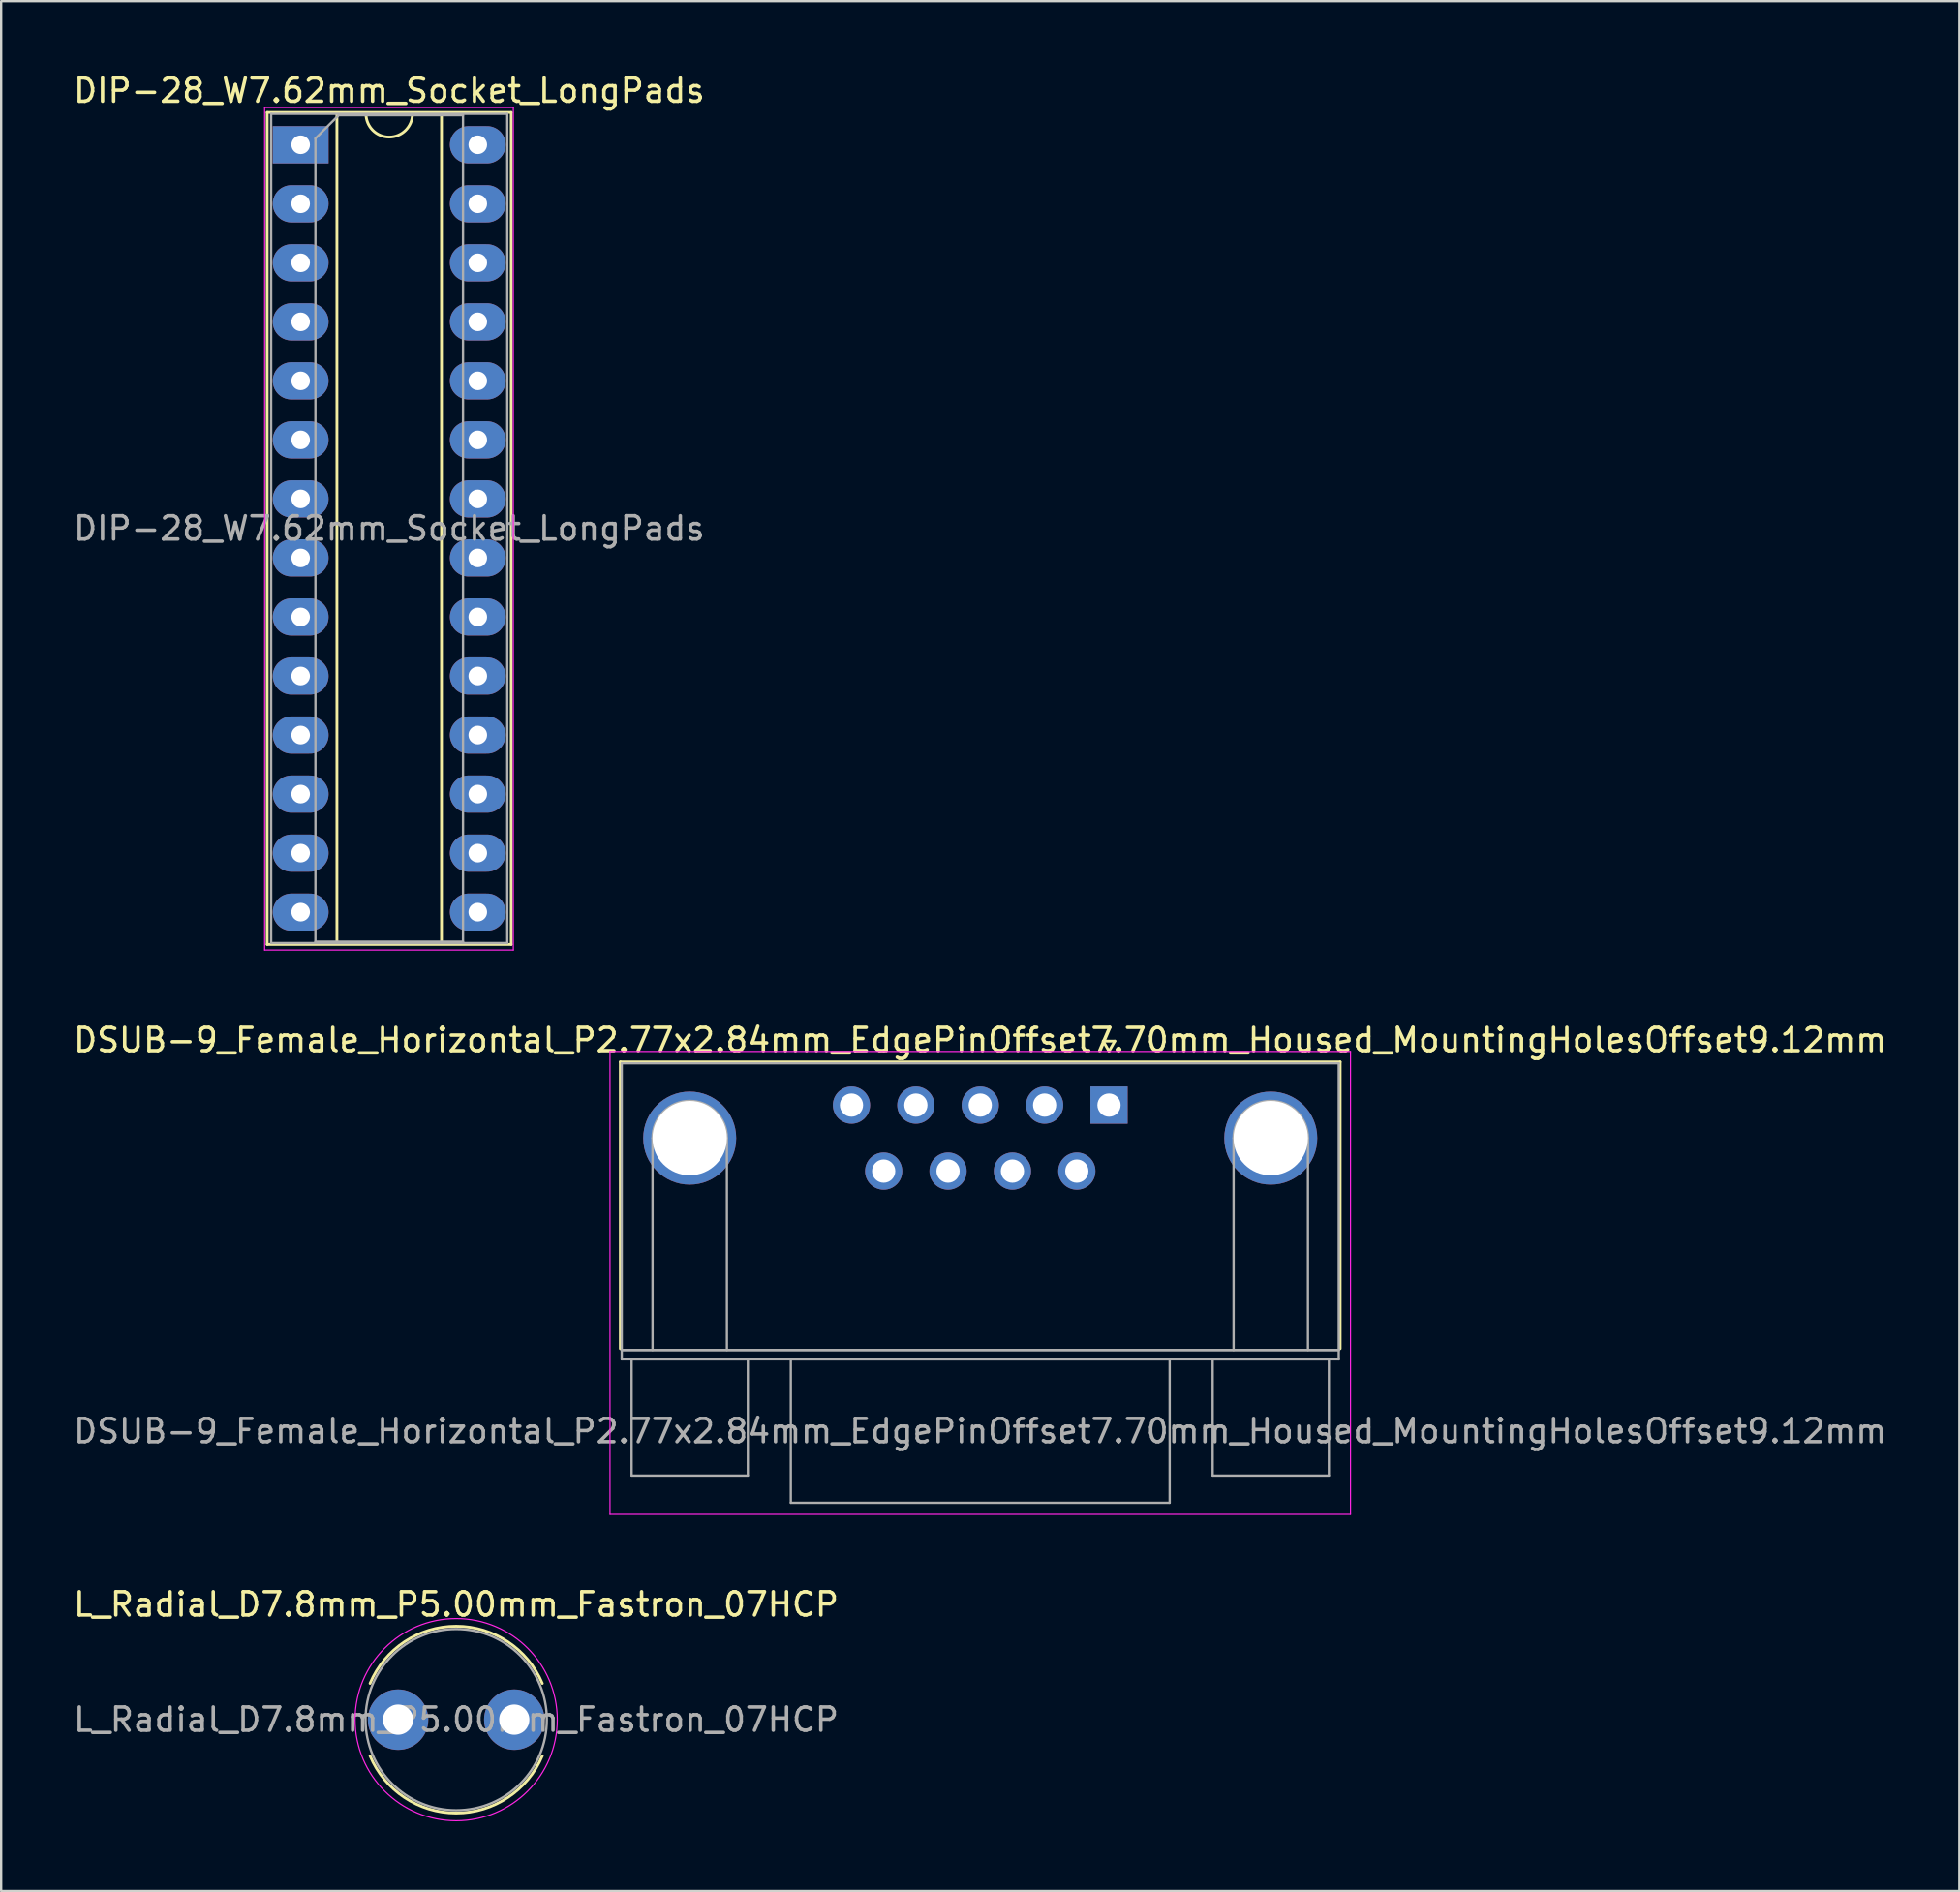
<source format=kicad_pcb>
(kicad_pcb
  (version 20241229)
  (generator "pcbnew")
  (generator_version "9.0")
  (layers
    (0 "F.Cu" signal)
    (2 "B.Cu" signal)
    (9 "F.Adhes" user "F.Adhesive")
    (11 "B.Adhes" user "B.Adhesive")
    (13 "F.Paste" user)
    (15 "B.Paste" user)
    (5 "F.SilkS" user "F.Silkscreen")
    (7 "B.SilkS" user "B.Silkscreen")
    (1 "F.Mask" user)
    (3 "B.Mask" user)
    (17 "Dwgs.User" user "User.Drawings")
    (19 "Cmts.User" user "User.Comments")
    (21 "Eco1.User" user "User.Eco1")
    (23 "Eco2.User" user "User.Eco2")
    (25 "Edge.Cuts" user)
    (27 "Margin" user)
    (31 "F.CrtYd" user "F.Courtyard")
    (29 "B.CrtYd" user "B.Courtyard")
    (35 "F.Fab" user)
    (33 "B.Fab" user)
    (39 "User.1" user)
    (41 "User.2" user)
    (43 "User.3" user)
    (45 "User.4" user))
  (footprint "DSUB-9_Female_Horizontal_P2.77x2.84mm_EdgePinOffset7.70mm_Housed_MountingHolesOffset9.12mm"
    (layer "F.Cu")
    (at 44.665 44.502)
    (property "Reference" "DSUB-9_Female_Horizontal_P2.77x2.84mm_EdgePinOffset7.70mm_Housed_MountingHolesOffset9.12mm" (at -5.54 -2.8 0) (layer "F.SilkS") (effects (font (size 1 1) (thickness 0.15))))
    (attr through_hole)
    (fp_line (start -21.025 -1.86) (end 9.945 -1.86) (stroke (width 0.12) (type solid)) (layer "F.SilkS"))
    (fp_line (start -21.025 10.48) (end -21.025 -1.86) (stroke (width 0.12) (type solid)) (layer "F.SilkS"))
    (fp_line (start -0.25 -2.754) (end 0.25 -2.754) (stroke (width 0.12) (type solid)) (layer "F.SilkS"))
    (fp_line (start 0 -2.321) (end -0.25 -2.754) (stroke (width 0.12) (type solid)) (layer "F.SilkS"))
    (fp_line (start 0.25 -2.754) (end 0 -2.321) (stroke (width 0.12) (type solid)) (layer "F.SilkS"))
    (fp_line (start 9.945 -1.86) (end 9.945 10.48) (stroke (width 0.12) (type solid)) (layer "F.SilkS"))
    (fp_line (start -21.47 -2.31) (end -21.47 17.61) (stroke (width 0.05) (type solid)) (layer "F.CrtYd"))
    (fp_line (start -21.47 17.61) (end 10.39 17.61) (stroke (width 0.05) (type solid)) (layer "F.CrtYd"))
    (fp_line (start 10.39 -2.31) (end -21.47 -2.31) (stroke (width 0.05) (type solid)) (layer "F.CrtYd"))
    (fp_line (start 10.39 17.61) (end 10.39 -2.31) (stroke (width 0.05) (type solid)) (layer "F.CrtYd"))
    (fp_line (start -20.965 -1.8) (end -20.965 10.54) (stroke (width 0.1) (type solid)) (layer "F.Fab"))
    (fp_line (start -20.965 10.54) (end -20.965 10.94) (stroke (width 0.1) (type solid)) (layer "F.Fab"))
    (fp_line (start -20.965 10.54) (end 9.885 10.54) (stroke (width 0.1) (type solid)) (layer "F.Fab"))
    (fp_line (start -20.965 10.94) (end 9.885 10.94) (stroke (width 0.1) (type solid)) (layer "F.Fab"))
    (fp_line (start -20.54 10.94) (end -20.54 15.94) (stroke (width 0.1) (type solid)) (layer "F.Fab"))
    (fp_line (start -20.54 15.94) (end -15.54 15.94) (stroke (width 0.1) (type solid)) (layer "F.Fab"))
    (fp_line (start -19.64 10.54) (end -19.64 1.42) (stroke (width 0.1) (type solid)) (layer "F.Fab"))
    (fp_line (start -16.44 10.54) (end -16.44 1.42) (stroke (width 0.1) (type solid)) (layer "F.Fab"))
    (fp_line (start -15.54 10.94) (end -20.54 10.94) (stroke (width 0.1) (type solid)) (layer "F.Fab"))
    (fp_line (start -15.54 15.94) (end -15.54 10.94) (stroke (width 0.1) (type solid)) (layer "F.Fab"))
    (fp_line (start -13.69 10.94) (end -13.69 17.11) (stroke (width 0.1) (type solid)) (layer "F.Fab"))
    (fp_line (start -13.69 17.11) (end 2.61 17.11) (stroke (width 0.1) (type solid)) (layer "F.Fab"))
    (fp_line (start 2.61 10.94) (end -13.69 10.94) (stroke (width 0.1) (type solid)) (layer "F.Fab"))
    (fp_line (start 2.61 17.11) (end 2.61 10.94) (stroke (width 0.1) (type solid)) (layer "F.Fab"))
    (fp_line (start 4.46 10.94) (end 4.46 15.94) (stroke (width 0.1) (type solid)) (layer "F.Fab"))
    (fp_line (start 4.46 15.94) (end 9.46 15.94) (stroke (width 0.1) (type solid)) (layer "F.Fab"))
    (fp_line (start 5.36 10.54) (end 5.36 1.42) (stroke (width 0.1) (type solid)) (layer "F.Fab"))
    (fp_line (start 8.56 10.54) (end 8.56 1.42) (stroke (width 0.1) (type solid)) (layer "F.Fab"))
    (fp_line (start 9.46 10.94) (end 4.46 10.94) (stroke (width 0.1) (type solid)) (layer "F.Fab"))
    (fp_line (start 9.46 15.94) (end 9.46 10.94) (stroke (width 0.1) (type solid)) (layer "F.Fab"))
    (fp_line (start 9.885 -1.8) (end -20.965 -1.8) (stroke (width 0.1) (type solid)) (layer "F.Fab"))
    (fp_line (start 9.885 10.54) (end -20.965 10.54) (stroke (width 0.1) (type solid)) (layer "F.Fab"))
    (fp_line (start 9.885 10.54) (end 9.885 -1.8) (stroke (width 0.1) (type solid)) (layer "F.Fab"))
    (fp_line (start 9.885 10.94) (end 9.885 10.54) (stroke (width 0.1) (type solid)) (layer "F.Fab"))
    (fp_arc (start -19.64 1.42) (mid -18.04 -0.18) (end -16.44 1.42) (stroke (width 0.1) (type solid)) (layer "F.Fab"))
    (fp_arc (start 5.36 1.42) (mid 6.96 -0.18) (end 8.56 1.42) (stroke (width 0.1) (type solid)) (layer "F.Fab"))
    (fp_text user "${REFERENCE}" (at -5.54 14.025 0) (layer "F.Fab") (effects (font (size 1 1) (thickness 0.15))))
    (pad "0" thru_hole circle (at -18.04 1.42) (size 4 4) (drill 3.2) (layers "*.Cu" "*.Mask"))
    (pad "0" thru_hole circle (at 6.96 1.42) (size 4 4) (drill 3.2) (layers "*.Cu" "*.Mask"))
    (pad "1" thru_hole rect (at 0 0) (size 1.6 1.6) (drill 1) (layers "*.Cu" "*.Mask"))
    (pad "2" thru_hole circle (at -2.77 0) (size 1.6 1.6) (drill 1) (layers "*.Cu" "*.Mask"))
    (pad "3" thru_hole circle (at -5.54 0) (size 1.6 1.6) (drill 1) (layers "*.Cu" "*.Mask"))
    (pad "4" thru_hole circle (at -8.31 0) (size 1.6 1.6) (drill 1) (layers "*.Cu" "*.Mask"))
    (pad "5" thru_hole circle (at -11.08 0) (size 1.6 1.6) (drill 1) (layers "*.Cu" "*.Mask"))
    (pad "6" thru_hole circle (at -1.385 2.84) (size 1.6 1.6) (drill 1) (layers "*.Cu" "*.Mask"))
    (pad "7" thru_hole circle (at -4.155 2.84) (size 1.6 1.6) (drill 1) (layers "*.Cu" "*.Mask"))
    (pad "8" thru_hole circle (at -6.925 2.84) (size 1.6 1.6) (drill 1) (layers "*.Cu" "*.Mask"))
    (pad "9" thru_hole circle (at -9.695 2.84) (size 1.6 1.6) (drill 1) (layers "*.Cu" "*.Mask")))
  (footprint "L_Radial_D7.8mm_P5.00mm_Fastron_07HCP"
    (layer "F.Cu")
    (at 14.077 70.945)
    (property "Reference" "L_Radial_D7.8mm_P5.00mm_Fastron_07HCP" (at 2.5 -4.96 0) (layer "F.SilkS") (effects (font (size 1 1) (thickness 0.15))))
    (attr through_hole)
    (fp_arc (start -1.20497 -1.56) (mid 2.5 -4.02) (end 6.20497 -1.56) (stroke (width 0.12) (type solid)) (layer "F.SilkS"))
    (fp_arc (start 6.20497 1.56) (mid 2.5 4.02) (end -1.20497 1.56) (stroke (width 0.12) (type solid)) (layer "F.SilkS"))
    (fp_circle (center 2.5 0) (end 6.85 0) (stroke (width 0.05) (type solid)) (fill no) (layer "F.CrtYd"))
    (fp_circle (center 2.5 0) (end 6.4 0) (stroke (width 0.1) (type solid)) (fill no) (layer "F.Fab"))
    (fp_text user "${REFERENCE}" (at 2.5 0 0) (layer "F.Fab") (effects (font (size 1 1) (thickness 0.15))))
    (pad "1" thru_hole circle (at 0 0) (size 2.6 2.6) (drill 1.3) (layers "*.Cu" "*.Mask"))
    (pad "2" thru_hole circle (at 5 0) (size 2.6 2.6) (drill 1.3) (layers "*.Cu" "*.Mask")))
  (footprint "DIP-28_W7.62mm_Socket_LongPads"
    (layer "F.Cu")
    (at 9.886 3.178)
    (property "Reference" "DIP-28_W7.62mm_Socket_LongPads" (at 3.81 -2.33 0) (layer "F.SilkS") (effects (font (size 1 1) (thickness 0.15))))
    (attr through_hole)
    (fp_line (start -1.44 -1.39) (end -1.44 34.41) (stroke (width 0.12) (type solid)) (layer "F.SilkS"))
    (fp_line (start -1.44 34.41) (end 9.06 34.41) (stroke (width 0.12) (type solid)) (layer "F.SilkS"))
    (fp_line (start 1.56 -1.33) (end 1.56 34.35) (stroke (width 0.12) (type solid)) (layer "F.SilkS"))
    (fp_line (start 1.56 34.35) (end 6.06 34.35) (stroke (width 0.12) (type solid)) (layer "F.SilkS"))
    (fp_line (start 2.81 -1.33) (end 1.56 -1.33) (stroke (width 0.12) (type solid)) (layer "F.SilkS"))
    (fp_line (start 6.06 -1.33) (end 4.81 -1.33) (stroke (width 0.12) (type solid)) (layer "F.SilkS"))
    (fp_line (start 6.06 34.35) (end 6.06 -1.33) (stroke (width 0.12) (type solid)) (layer "F.SilkS"))
    (fp_line (start 9.06 -1.39) (end -1.44 -1.39) (stroke (width 0.12) (type solid)) (layer "F.SilkS"))
    (fp_line (start 9.06 34.41) (end 9.06 -1.39) (stroke (width 0.12) (type solid)) (layer "F.SilkS"))
    (fp_arc (start 4.81 -1.33) (mid 3.81 -0.33) (end 2.81 -1.33) (stroke (width 0.12) (type solid)) (layer "F.SilkS"))
    (fp_line (start -1.55 -1.6) (end -1.55 34.65) (stroke (width 0.05) (type solid)) (layer "F.CrtYd"))
    (fp_line (start -1.55 34.65) (end 9.15 34.65) (stroke (width 0.05) (type solid)) (layer "F.CrtYd"))
    (fp_line (start 9.15 -1.6) (end -1.55 -1.6) (stroke (width 0.05) (type solid)) (layer "F.CrtYd"))
    (fp_line (start 9.15 34.65) (end 9.15 -1.6) (stroke (width 0.05) (type solid)) (layer "F.CrtYd"))
    (fp_line (start -1.27 -1.33) (end -1.27 34.35) (stroke (width 0.1) (type solid)) (layer "F.Fab"))
    (fp_line (start -1.27 34.35) (end 8.89 34.35) (stroke (width 0.1) (type solid)) (layer "F.Fab"))
    (fp_line (start 0.635 -0.27) (end 1.635 -1.27) (stroke (width 0.1) (type solid)) (layer "F.Fab"))
    (fp_line (start 0.635 34.29) (end 0.635 -0.27) (stroke (width 0.1) (type solid)) (layer "F.Fab"))
    (fp_line (start 1.635 -1.27) (end 6.985 -1.27) (stroke (width 0.1) (type solid)) (layer "F.Fab"))
    (fp_line (start 6.985 -1.27) (end 6.985 34.29) (stroke (width 0.1) (type solid)) (layer "F.Fab"))
    (fp_line (start 6.985 34.29) (end 0.635 34.29) (stroke (width 0.1) (type solid)) (layer "F.Fab"))
    (fp_line (start 8.89 -1.33) (end -1.27 -1.33) (stroke (width 0.1) (type solid)) (layer "F.Fab"))
    (fp_line (start 8.89 34.35) (end 8.89 -1.33) (stroke (width 0.1) (type solid)) (layer "F.Fab"))
    (fp_text user "${REFERENCE}" (at 3.81 16.51 0) (layer "F.Fab") (effects (font (size 1 1) (thickness 0.15))))
    (pad "1" thru_hole rect (at 0 0) (size 2.4 1.6) (drill 0.8) (layers "*.Cu" "*.Mask"))
    (pad "2" thru_hole oval (at 0 2.54) (size 2.4 1.6) (drill 0.8) (layers "*.Cu" "*.Mask"))
    (pad "3" thru_hole oval (at 0 5.08) (size 2.4 1.6) (drill 0.8) (layers "*.Cu" "*.Mask"))
    (pad "4" thru_hole oval (at 0 7.62) (size 2.4 1.6) (drill 0.8) (layers "*.Cu" "*.Mask"))
    (pad "5" thru_hole oval (at 0 10.16) (size 2.4 1.6) (drill 0.8) (layers "*.Cu" "*.Mask"))
    (pad "6" thru_hole oval (at 0 12.7) (size 2.4 1.6) (drill 0.8) (layers "*.Cu" "*.Mask"))
    (pad "7" thru_hole oval (at 0 15.24) (size 2.4 1.6) (drill 0.8) (layers "*.Cu" "*.Mask"))
    (pad "8" thru_hole oval (at 0 17.78) (size 2.4 1.6) (drill 0.8) (layers "*.Cu" "*.Mask"))
    (pad "9" thru_hole oval (at 0 20.32) (size 2.4 1.6) (drill 0.8) (layers "*.Cu" "*.Mask"))
    (pad "10" thru_hole oval (at 0 22.86) (size 2.4 1.6) (drill 0.8) (layers "*.Cu" "*.Mask"))
    (pad "11" thru_hole oval (at 0 25.4) (size 2.4 1.6) (drill 0.8) (layers "*.Cu" "*.Mask"))
    (pad "12" thru_hole oval (at 0 27.94) (size 2.4 1.6) (drill 0.8) (layers "*.Cu" "*.Mask"))
    (pad "13" thru_hole oval (at 0 30.48) (size 2.4 1.6) (drill 0.8) (layers "*.Cu" "*.Mask"))
    (pad "14" thru_hole oval (at 0 33.02) (size 2.4 1.6) (drill 0.8) (layers "*.Cu" "*.Mask"))
    (pad "15" thru_hole oval (at 7.62 33.02) (size 2.4 1.6) (drill 0.8) (layers "*.Cu" "*.Mask"))
    (pad "16" thru_hole oval (at 7.62 30.48) (size 2.4 1.6) (drill 0.8) (layers "*.Cu" "*.Mask"))
    (pad "17" thru_hole oval (at 7.62 27.94) (size 2.4 1.6) (drill 0.8) (layers "*.Cu" "*.Mask"))
    (pad "18" thru_hole oval (at 7.62 25.4) (size 2.4 1.6) (drill 0.8) (layers "*.Cu" "*.Mask"))
    (pad "19" thru_hole oval (at 7.62 22.86) (size 2.4 1.6) (drill 0.8) (layers "*.Cu" "*.Mask"))
    (pad "20" thru_hole oval (at 7.62 20.32) (size 2.4 1.6) (drill 0.8) (layers "*.Cu" "*.Mask"))
    (pad "21" thru_hole oval (at 7.62 17.78) (size 2.4 1.6) (drill 0.8) (layers "*.Cu" "*.Mask"))
    (pad "22" thru_hole oval (at 7.62 15.24) (size 2.4 1.6) (drill 0.8) (layers "*.Cu" "*.Mask"))
    (pad "23" thru_hole oval (at 7.62 12.7) (size 2.4 1.6) (drill 0.8) (layers "*.Cu" "*.Mask"))
    (pad "24" thru_hole oval (at 7.62 10.16) (size 2.4 1.6) (drill 0.8) (layers "*.Cu" "*.Mask"))
    (pad "25" thru_hole oval (at 7.62 7.62) (size 2.4 1.6) (drill 0.8) (layers "*.Cu" "*.Mask"))
    (pad "26" thru_hole oval (at 7.62 5.08) (size 2.4 1.6) (drill 0.8) (layers "*.Cu" "*.Mask"))
    (pad "27" thru_hole oval (at 7.62 2.54) (size 2.4 1.6) (drill 0.8) (layers "*.Cu" "*.Mask"))
    (pad "28" thru_hole oval (at 7.62 0) (size 2.4 1.6) (drill 0.8) (layers "*.Cu" "*.Mask")))
  (gr_rect
    (start -3 -3)
    (end 81.25 78.32)
    (stroke (width 0.1) (type default))
    (fill no)
    (layer "Edge.Cuts")))
</source>
